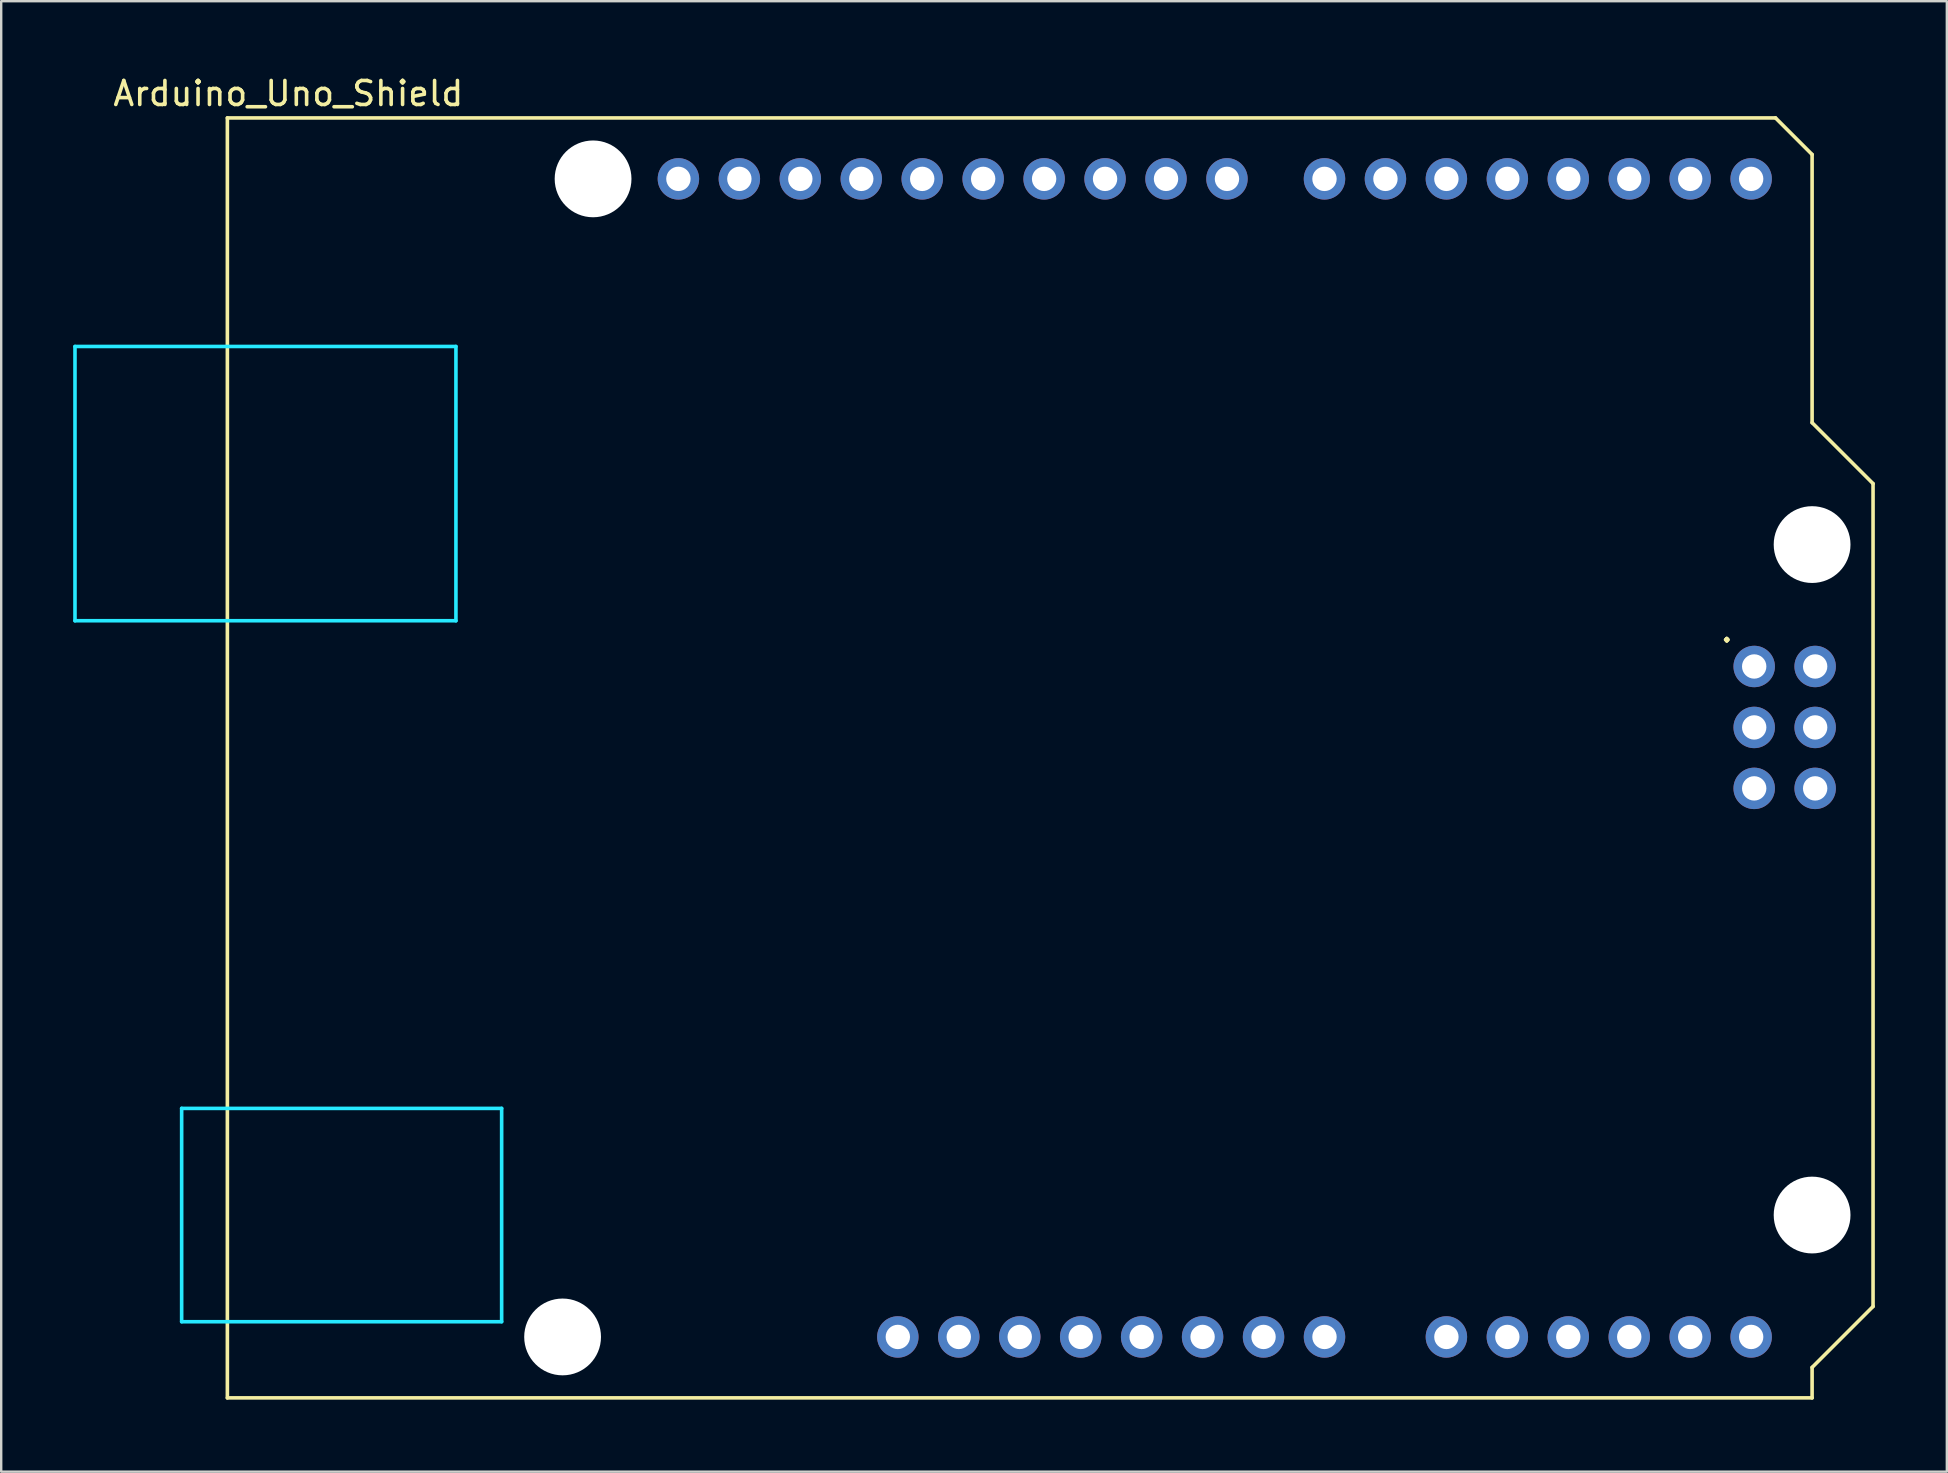
<source format=kicad_pcb>
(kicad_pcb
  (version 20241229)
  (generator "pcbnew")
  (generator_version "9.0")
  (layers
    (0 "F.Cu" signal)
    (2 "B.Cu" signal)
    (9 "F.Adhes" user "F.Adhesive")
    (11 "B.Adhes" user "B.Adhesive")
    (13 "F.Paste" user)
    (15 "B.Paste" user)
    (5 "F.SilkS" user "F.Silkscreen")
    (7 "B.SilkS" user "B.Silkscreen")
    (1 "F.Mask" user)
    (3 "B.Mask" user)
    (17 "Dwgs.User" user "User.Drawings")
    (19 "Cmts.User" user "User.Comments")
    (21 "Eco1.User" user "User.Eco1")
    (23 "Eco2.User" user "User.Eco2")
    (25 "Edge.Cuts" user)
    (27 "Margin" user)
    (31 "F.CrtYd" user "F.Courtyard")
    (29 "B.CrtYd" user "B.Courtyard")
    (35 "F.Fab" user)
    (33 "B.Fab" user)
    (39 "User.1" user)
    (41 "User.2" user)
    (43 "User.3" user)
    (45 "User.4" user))
  (footprint "Arduino_Uno_Shield"
    (layer "F.Cu")
    (at 57.225 52.664)
    (property "Reference" "Arduino_Uno_Shield" (at -48.26 -51.816 0) (layer "F.SilkS") (effects (font (size 1 1) (thickness 0.15))))
    (attr through_hole)
    (fp_line (start -50.8 -50.8) (end -50.8 2.54) (stroke (width 0.15) (type solid)) (layer "F.SilkS"))
    (fp_line (start -50.8 -50.8) (end 13.716 -50.8) (stroke (width 0.15) (type solid)) (layer "F.SilkS"))
    (fp_line (start -50.8 2.54) (end 15.24 2.54) (stroke (width 0.15) (type solid)) (layer "F.SilkS"))
    (fp_line (start 13.716 -50.8) (end 15.24 -49.276) (stroke (width 0.15) (type solid)) (layer "F.SilkS"))
    (fp_line (start 15.24 -38.1) (end 15.24 -49.276) (stroke (width 0.15) (type solid)) (layer "F.SilkS"))
    (fp_line (start 15.24 1.27) (end 17.78 -1.27) (stroke (width 0.15) (type solid)) (layer "F.SilkS"))
    (fp_line (start 15.24 2.54) (end 15.24 1.27) (stroke (width 0.15) (type solid)) (layer "F.SilkS"))
    (fp_line (start 17.78 -35.56) (end 15.24 -38.1) (stroke (width 0.15) (type solid)) (layer "F.SilkS"))
    (fp_line (start 17.78 -1.27) (end 17.78 -35.56) (stroke (width 0.15) (type solid)) (layer "F.SilkS"))
    (fp_line (start -57.15 -41.275) (end -57.15 -29.845) (stroke (width 0.15) (type solid)) (layer "B.CrtYd"))
    (fp_line (start -52.705 -9.525) (end -52.705 -0.635) (stroke (width 0.15) (type solid)) (layer "B.CrtYd"))
    (fp_line (start -52.705 -9.525) (end -39.37 -9.525) (stroke (width 0.15) (type solid)) (layer "B.CrtYd"))
    (fp_line (start -52.705 -0.635) (end -39.37 -0.635) (stroke (width 0.15) (type solid)) (layer "B.CrtYd"))
    (fp_line (start -41.275 -41.275) (end -57.15 -41.275) (stroke (width 0.15) (type solid)) (layer "B.CrtYd"))
    (fp_line (start -41.275 -41.275) (end -41.275 -29.845) (stroke (width 0.15) (type solid)) (layer "B.CrtYd"))
    (fp_line (start -41.275 -29.845) (end -57.15 -29.845) (stroke (width 0.15) (type solid)) (layer "B.CrtYd"))
    (fp_line (start -39.37 -9.525) (end -39.37 -0.635) (stroke (width 0.15) (type solid)) (layer "B.CrtYd"))
    (fp_text user "." (at 11.684 -29.464 0) (layer "F.SilkS") (effects (font (size 1 1) (thickness 0.15))))
    (pad "" np_thru_hole circle (at -36.83 0) (size 3.2 3.2) (drill 3.2) (layers "*.Cu" "*.Mask"))
    (pad "" np_thru_hole circle (at -35.56 -48.26) (size 3.2 3.2) (drill 3.2) (layers "*.Cu" "*.Mask"))
    (pad "" thru_hole oval (at -22.86 0) (size 1.727 1.727) (drill 1.016) (layers "*.Cu" "*.Mask"))
    (pad "" np_thru_hole circle (at 15.24 -33.02) (size 3.2 3.2) (drill 3.2) (layers "*.Cu" "*.Mask"))
    (pad "" np_thru_hole circle (at 15.24 -5.08) (size 3.2 3.2) (drill 3.2) (layers "*.Cu" "*.Mask"))
    (pad "3V3" thru_hole oval (at -15.24 0) (size 1.727 1.727) (drill 1.016) (layers "*.Cu" "*.Mask"))
    (pad "5V1" thru_hole oval (at -12.7 0) (size 1.727 1.727) (drill 1.016) (layers "*.Cu" "*.Mask"))
    (pad "5V2" thru_hole oval (at 15.367 -27.94) (size 1.727 1.727) (drill 1.016) (layers "*.Cu" "*.Mask"))
    (pad "A0" thru_hole oval (at 0 0) (size 1.727 1.727) (drill 1.016) (layers "*.Cu" "*.Mask"))
    (pad "A1" thru_hole oval (at 2.54 0) (size 1.727 1.727) (drill 1.016) (layers "*.Cu" "*.Mask"))
    (pad "A2" thru_hole oval (at 5.08 0) (size 1.727 1.727) (drill 1.016) (layers "*.Cu" "*.Mask"))
    (pad "A3" thru_hole oval (at 7.62 0) (size 1.727 1.727) (drill 1.016) (layers "*.Cu" "*.Mask"))
    (pad "A4" thru_hole oval (at 10.16 0) (size 1.727 1.727) (drill 1.016) (layers "*.Cu" "*.Mask"))
    (pad "A5" thru_hole oval (at 12.7 0) (size 1.727 1.727) (drill 1.016) (layers "*.Cu" "*.Mask"))
    (pad "AREF" thru_hole oval (at -26.924 -48.26) (size 1.727 1.727) (drill 1.016) (layers "*.Cu" "*.Mask"))
    (pad "D0" thru_hole oval (at 12.7 -48.26) (size 1.727 1.727) (drill 1.016) (layers "*.Cu" "*.Mask"))
    (pad "D1" thru_hole oval (at 10.16 -48.26) (size 1.727 1.727) (drill 1.016) (layers "*.Cu" "*.Mask"))
    (pad "D2" thru_hole oval (at 7.62 -48.26) (size 1.727 1.727) (drill 1.016) (layers "*.Cu" "*.Mask"))
    (pad "D3" thru_hole oval (at 5.08 -48.26) (size 1.727 1.727) (drill 1.016) (layers "*.Cu" "*.Mask"))
    (pad "D4" thru_hole oval (at 2.54 -48.26) (size 1.727 1.727) (drill 1.016) (layers "*.Cu" "*.Mask"))
    (pad "D5" thru_hole oval (at 0 -48.26) (size 1.727 1.727) (drill 1.016) (layers "*.Cu" "*.Mask"))
    (pad "D6" thru_hole oval (at -2.54 -48.26) (size 1.727 1.727) (drill 1.016) (layers "*.Cu" "*.Mask"))
    (pad "D7" thru_hole oval (at -5.08 -48.26) (size 1.727 1.727) (drill 1.016) (layers "*.Cu" "*.Mask"))
    (pad "D8" thru_hole oval (at -9.144 -48.26) (size 1.727 1.727) (drill 1.016) (layers "*.Cu" "*.Mask"))
    (pad "D9" thru_hole oval (at -11.684 -48.26) (size 1.727 1.727) (drill 1.016) (layers "*.Cu" "*.Mask"))
    (pad "D10" thru_hole oval (at -14.224 -48.26) (size 1.727 1.727) (drill 1.016) (layers "*.Cu" "*.Mask"))
    (pad "D11" thru_hole oval (at -16.764 -48.26) (size 1.727 1.727) (drill 1.016) (layers "*.Cu" "*.Mask"))
    (pad "D12" thru_hole oval (at -19.304 -48.26) (size 1.727 1.727) (drill 1.016) (layers "*.Cu" "*.Mask"))
    (pad "D13" thru_hole oval (at -21.844 -48.26) (size 1.727 1.727) (drill 1.016) (layers "*.Cu" "*.Mask"))
    (pad "GND1" thru_hole oval (at -24.384 -48.26) (size 1.727 1.727) (drill 1.016) (layers "*.Cu" "*.Mask"))
    (pad "GND2" thru_hole oval (at -10.16 0) (size 1.727 1.727) (drill 1.016) (layers "*.Cu" "*.Mask"))
    (pad "GND3" thru_hole oval (at -7.62 0) (size 1.727 1.727) (drill 1.016) (layers "*.Cu" "*.Mask"))
    (pad "GND4" thru_hole oval (at 15.367 -22.86) (size 1.727 1.727) (drill 1.016) (layers "*.Cu" "*.Mask"))
    (pad "IORF" thru_hole oval (at -20.32 0) (size 1.727 1.727) (drill 1.016) (layers "*.Cu" "*.Mask"))
    (pad "MISO" thru_hole oval (at 12.827 -27.94) (size 1.727 1.727) (drill 1.016) (layers "*.Cu" "*.Mask"))
    (pad "MOSI" thru_hole oval (at 15.367 -25.4) (size 1.727 1.727) (drill 1.016) (layers "*.Cu" "*.Mask"))
    (pad "RST1" thru_hole oval (at -17.78 0) (size 1.727 1.727) (drill 1.016) (layers "*.Cu" "*.Mask"))
    (pad "RST2" thru_hole oval (at 12.827 -22.86) (size 1.727 1.727) (drill 1.016) (layers "*.Cu" "*.Mask"))
    (pad "SCK" thru_hole oval (at 12.827 -25.4) (size 1.727 1.727) (drill 1.016) (layers "*.Cu" "*.Mask"))
    (pad "SCL" thru_hole oval (at -32.004 -48.26) (size 1.727 1.727) (drill 1.016) (layers "*.Cu" "*.Mask"))
    (pad "SDA" thru_hole oval (at -29.464 -48.26) (size 1.727 1.727) (drill 1.016) (layers "*.Cu" "*.Mask"))
    (pad "VIN" thru_hole oval (at -5.08 0) (size 1.727 1.727) (drill 1.016) (layers "*.Cu" "*.Mask")))
  (gr_rect
    (start -3 -3)
    (end 78.08 58.279)
    (stroke (width 0.1) (type default))
    (fill no)
    (layer "Edge.Cuts")))
</source>
